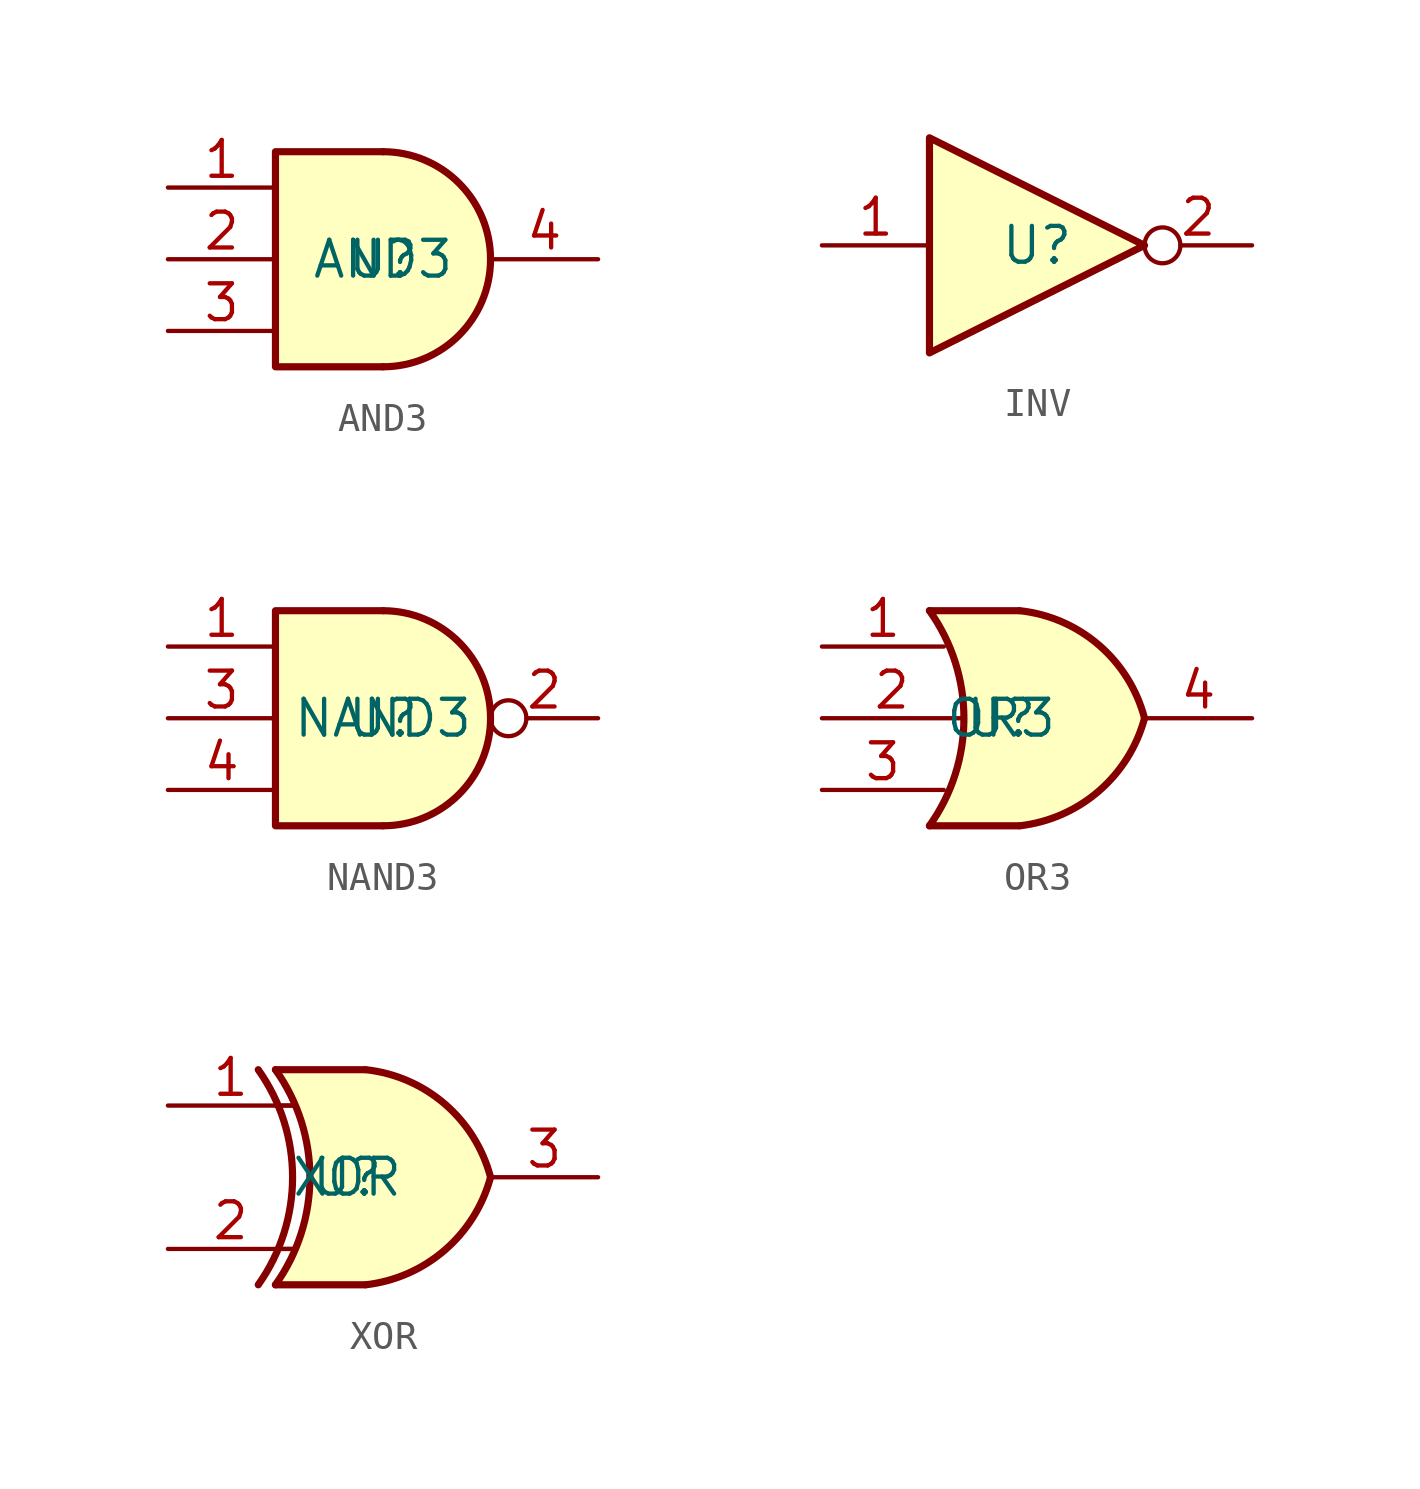
<source format=kicad_sym>
(kicad_symbol_lib
  (version 20231120)
  (generator "kicad_symbol_editor")
  (generator_version "8.0")
  (symbol "AND3"
    (property "Reference" "U"
      (at 0 0 0)
      (effects (font (size 1.27 1.27))))
    (property "Value" "AND3"
      (at 0 0 0)
      (effects (font (size 1.27 1.27))))
    (symbol "AND3_1_1"
      (arc (start 0 -3.81) (mid 3.7934 0) (end 0 3.81) (stroke (width 0.254) (type default)) (fill (type background)))
      (polyline (pts (xy 0 3.81) (xy -3.81 3.81) (xy -3.81 -3.81) (xy 0 -3.81)) (stroke (width 0.254) (type default)) (fill (type background)))
      (pin input line (at -7.62 2.54 0) (length 3.81) (name "~" (effects (font (size 1.27 1.27)))) (number "1" (effects (font (size 1.27 1.27)))))
      (pin input line (at -7.62 0 0) (length 3.81) (name "~" (effects (font (size 1.27 1.27)))) (number "2" (effects (font (size 1.27 1.27)))))
      (pin input line (at -7.62 -2.54 0) (length 3.81) (name "~" (effects (font (size 1.27 1.27)))) (number "3" (effects (font (size 1.27 1.27)))))
      (pin output line (at 7.62 0 180) (length 3.81) (name "~" (effects (font (size 1.27 1.27)))) (number "4" (effects (font (size 1.27 1.27)))))))
  (symbol "INV"
    (property "Reference" "U"
      (at 0 0 0)
      (effects (font (size 1.27 1.27))))
    (symbol "INV_1_0"
      (polyline (pts (xy -3.81 3.81) (xy -3.81 -3.81) (xy 3.81 0) (xy -3.81 3.81)) (stroke (width 0.254) (type default)) (fill (type background)))
      (pin input line (at -7.62 0 0) (length 3.81) (name "~" (effects (font (size 1.27 1.27)))) (number "1" (effects (font (size 1.27 1.27)))))
      (pin output inverted (at 7.62 0 180) (length 3.81) (name "~" (effects (font (size 1.27 1.27)))) (number "2" (effects (font (size 1.27 1.27)))))))
  (symbol "NAND3"
    (property "Reference" "U"
      (at 0 0 0)
      (effects (font (size 1.27 1.27))))
    (property "Value" "NAND3"
      (at 0 0 0)
      (effects (font (size 1.27 1.27))))
    (symbol "NAND3_1_1"
      (arc (start 0 -3.81) (mid 3.7934 0) (end 0 3.81) (stroke (width 0.254) (type default)) (fill (type background)))
      (polyline (pts (xy 0 3.81) (xy -3.81 3.81) (xy -3.81 -3.81) (xy 0 -3.81)) (stroke (width 0.254) (type default)) (fill (type background)))
      (pin input line (at -7.62 2.54 0) (length 3.81) (name "~" (effects (font (size 1.27 1.27)))) (number "1" (effects (font (size 1.27 1.27)))))
      (pin output inverted (at 7.62 0 180) (length 3.81) (name "~" (effects (font (size 1.27 1.27)))) (number "2" (effects (font (size 1.27 1.27)))))
      (pin input line (at -7.62 0 0) (length 3.81) (name "~" (effects (font (size 1.27 1.27)))) (number "3" (effects (font (size 1.27 1.27)))))
      (pin input line (at -7.62 -2.54 0) (length 3.81) (name "~" (effects (font (size 1.27 1.27)))) (number "4" (effects (font (size 1.27 1.27)))))))
  (symbol "OR3"
    (property "Reference" "U"
      (at 0 0 0)
      (effects (font (size 1.27 1.27))))
    (property "Value" "OR3"
      (at 0 0 0)
      (effects (font (size 1.27 1.27))))
    (symbol "OR3_1_1"
      (arc (start -2.54 -3.81) (mid -1.319 0) (end -2.54 3.81) (stroke (width 0.254) (type default)) (fill (type none)))
      (polyline (pts (xy -2.54 -3.81) (xy 0.635 -3.81)) (stroke (width 0.254) (type default)) (fill (type background)))
      (polyline (pts (xy -2.54 3.81) (xy 0.635 3.81)) (stroke (width 0.254) (type default)) (fill (type background)))
      (polyline (pts (xy 0.635 3.81) (xy -2.54 3.81) (xy -2.54 3.81) (xy -2.286 3.404) (xy -1.753 2.261) (xy -1.422 1.041) (xy -1.346 -0.254) (xy -1.499 -1.499) (xy -1.905 -2.718) (xy -2.54 -3.81) (xy -2.54 -3.81) (xy 0.635 -3.81)) (stroke (width -25.4) (type default)) (fill (type background)))
      (arc (start 0.6604 -3.81) (mid 3.4555 -2.584) (end 5.08 0) (stroke (width 0.254) (type default)) (fill (type background)))
      (arc (start 5.08 0) (mid 3.4628 2.5925) (end 0.6604 3.81) (stroke (width 0.254) (type default)) (fill (type background)))
      (pin input line (at -6.35 2.54 0) (length 4.318) (name "~" (effects (font (size 1.27 1.27)))) (number "1" (effects (font (size 1.27 1.27)))))
      (pin input line (at -6.35 0 0) (length 4.953) (name "~" (effects (font (size 1.27 1.27)))) (number "2" (effects (font (size 1.27 1.27)))))
      (pin input line (at -6.35 -2.54 0) (length 4.318) (name "~" (effects (font (size 1.27 1.27)))) (number "3" (effects (font (size 1.27 1.27)))))
      (pin output line (at 8.89 0 180) (length 3.81) (name "~" (effects (font (size 1.27 1.27)))) (number "4" (effects (font (size 1.27 1.27)))))))
  (symbol "XOR"
    (property "Reference" "U"
      (at 0 0 0)
      (effects (font (size 1.27 1.27))))
    (property "Value" "XOR"
      (at 0 0 0)
      (effects (font (size 1.27 1.27))))
    (symbol "XOR_1_0"
      (arc (start -3.1496 -3.81) (mid -1.9333 0) (end -3.1496 3.81) (stroke (width 0.254) (type default)) (fill (type none)))
      (arc (start -2.54 -3.81) (mid -1.319 0) (end -2.54 3.81) (stroke (width 0.254) (type default)) (fill (type none)))
      (polyline (pts (xy -2.54 -3.81) (xy 0.635 -3.81)) (stroke (width 0.254) (type default)) (fill (type background)))
      (polyline (pts (xy -2.54 3.81) (xy 0.635 3.81)) (stroke (width 0.254) (type default)) (fill (type background)))
      (polyline (pts (xy 0.635 3.81) (xy -2.54 3.81) (xy -2.54 3.81) (xy -2.286 3.404) (xy -1.753 2.261) (xy -1.422 1.041) (xy -1.346 -0.254) (xy -1.499 -1.499) (xy -1.905 -2.718) (xy -2.54 -3.81) (xy -2.54 -3.81) (xy 0.635 -3.81)) (stroke (width -25.4) (type default)) (fill (type background)))
      (arc (start 0.6604 -3.81) (mid 3.4555 -2.584) (end 5.08 0) (stroke (width 0.254) (type default)) (fill (type background)))
      (arc (start 5.08 0) (mid 3.4628 2.5925) (end 0.6604 3.81) (stroke (width 0.254) (type default)) (fill (type background)))
      (pin input line (at -6.35 2.54 0) (length 4.445) (name "~" (effects (font (size 1.27 1.27)))) (number "1" (effects (font (size 1.27 1.27)))))
      (pin input line (at -6.35 -2.54 0) (length 4.445) (name "~" (effects (font (size 1.27 1.27)))) (number "2" (effects (font (size 1.27 1.27)))))
      (pin output line (at 8.89 0 180) (length 3.81) (name "~" (effects (font (size 1.27 1.27)))) (number "3" (effects (font (size 1.27 1.27))))))
    (symbol "XOR_1_1"
      (polyline (pts (xy -2.54 -2.54) (xy -1.905 -2.54)) (stroke (width 0.152) (type default)) (fill (type none)))
      (polyline (pts (xy -2.54 2.54) (xy -1.905 2.54)) (stroke (width 0.152) (type default)) (fill (type none))))))
</source>
